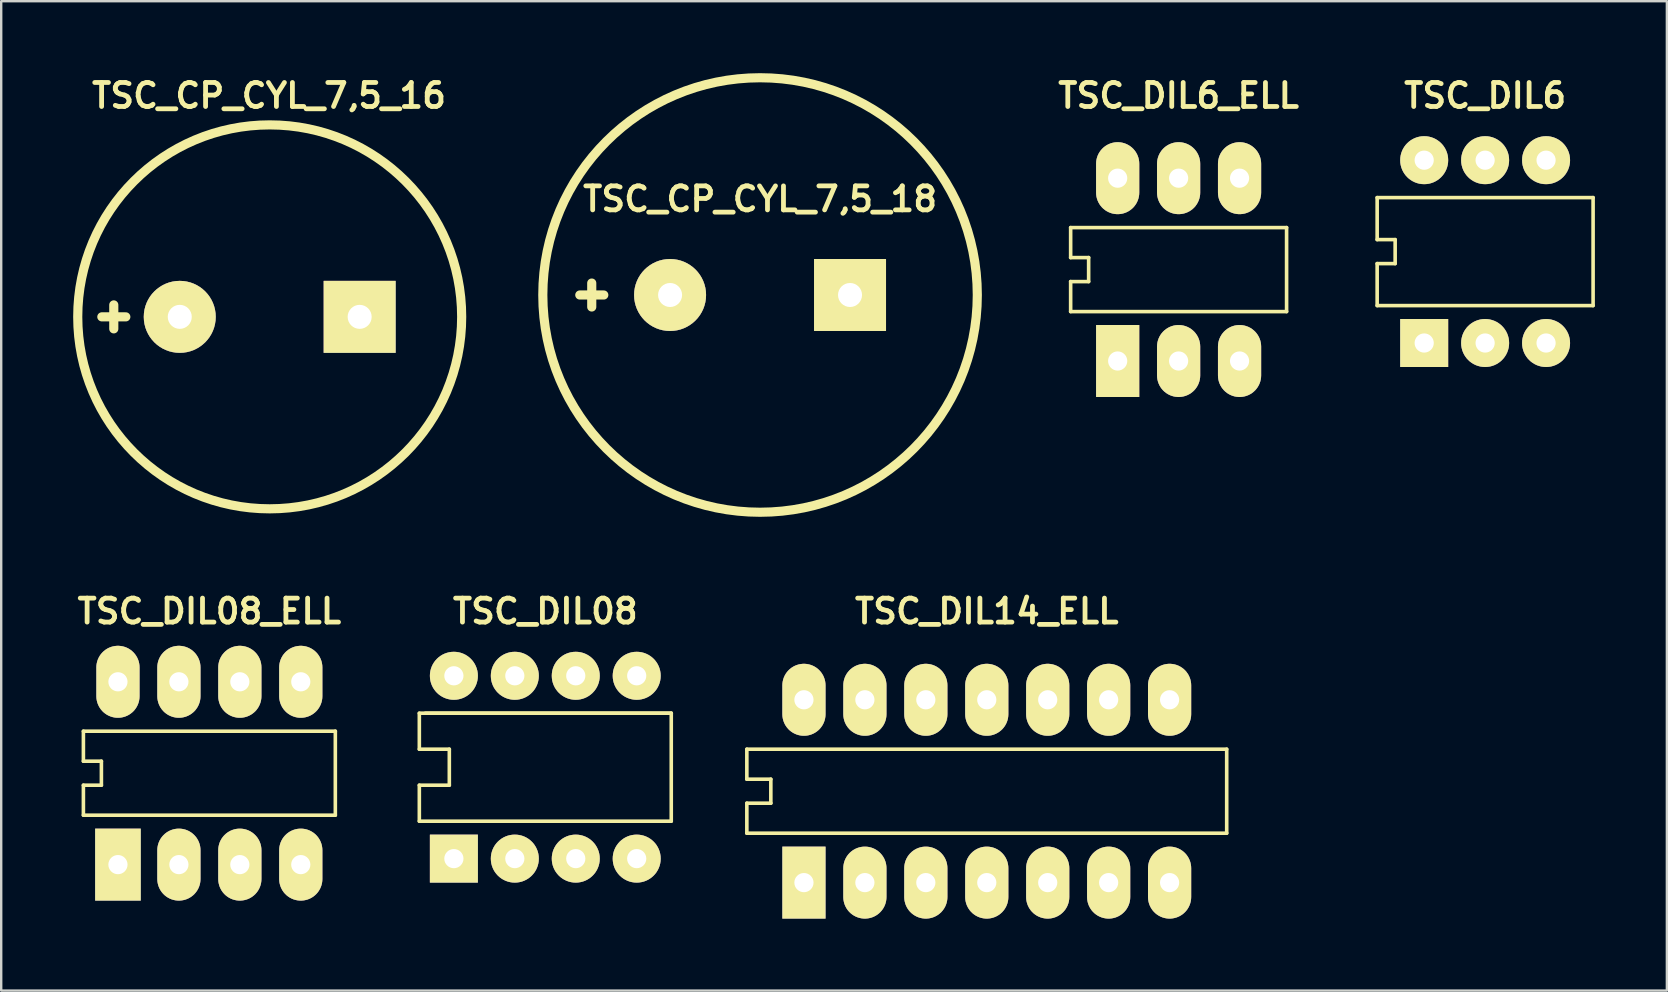
<source format=kicad_pcb>
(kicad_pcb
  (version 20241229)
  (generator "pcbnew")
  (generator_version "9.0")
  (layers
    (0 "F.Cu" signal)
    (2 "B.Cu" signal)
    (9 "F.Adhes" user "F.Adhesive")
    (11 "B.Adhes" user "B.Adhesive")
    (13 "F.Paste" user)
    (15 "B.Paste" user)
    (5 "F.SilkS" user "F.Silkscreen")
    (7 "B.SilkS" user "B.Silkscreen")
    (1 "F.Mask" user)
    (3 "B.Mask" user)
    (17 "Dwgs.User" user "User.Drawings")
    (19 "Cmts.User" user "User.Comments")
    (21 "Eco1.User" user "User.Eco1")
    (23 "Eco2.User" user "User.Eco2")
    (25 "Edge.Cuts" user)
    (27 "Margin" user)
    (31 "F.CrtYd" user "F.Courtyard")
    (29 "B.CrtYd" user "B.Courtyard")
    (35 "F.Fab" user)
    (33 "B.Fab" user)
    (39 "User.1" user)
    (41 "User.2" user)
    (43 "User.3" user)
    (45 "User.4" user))
  (footprint "TSC_DIL08"
    (layer "F.Cu")
    (at 19.677 28.926)
    (property "Reference" "TSC_DIL08" (at 0 -6.5 0) (layer "F.SilkS") (effects (font (size 1 1) (thickness 0.2))))
    (attr through_hole)
    (fp_line (start -5.25 -2.25) (end 5.25 -2.25) (stroke (width 0.15) (type solid)) (layer "F.SilkS"))
    (fp_line (start -5.25 -0.75) (end -5.25 -2.25) (stroke (width 0.15) (type solid)) (layer "F.SilkS"))
    (fp_line (start -5.25 -0.75) (end -4 -0.75) (stroke (width 0.15) (type solid)) (layer "F.SilkS"))
    (fp_line (start -5.25 2.25) (end -5.25 0.75) (stroke (width 0.15) (type solid)) (layer "F.SilkS"))
    (fp_line (start -5 -2.25) (end 5.25 -2.25) (stroke (width 0.15) (type solid)) (layer "F.SilkS"))
    (fp_line (start -4 -0.75) (end -4 0.75) (stroke (width 0.15) (type solid)) (layer "F.SilkS"))
    (fp_line (start -4 0.75) (end -5.25 0.75) (stroke (width 0.15) (type solid)) (layer "F.SilkS"))
    (fp_line (start 5.25 -2.25) (end 5.25 2.25) (stroke (width 0.15) (type solid)) (layer "F.SilkS"))
    (fp_line (start 5.25 2.25) (end -5.25 2.25) (stroke (width 0.15) (type solid)) (layer "F.SilkS"))
    (pad "1" thru_hole rect (at -3.81 3.81) (size 2 2) (drill 0.8) (layers "*.Cu" "*.Mask" "F.SilkS"))
    (pad "2" thru_hole circle (at -1.27 3.81) (size 2 2) (drill 0.8) (layers "*.Cu" "*.Mask" "F.SilkS"))
    (pad "3" thru_hole circle (at 1.27 3.81) (size 2 2) (drill 0.8) (layers "*.Cu" "*.Mask" "F.SilkS"))
    (pad "4" thru_hole circle (at 3.81 3.81) (size 2 2) (drill 0.8) (layers "*.Cu" "*.Mask" "F.SilkS"))
    (pad "5" thru_hole circle (at 3.81 -3.81) (size 2 2) (drill 0.8) (layers "*.Cu" "*.Mask" "F.SilkS"))
    (pad "6" thru_hole circle (at 1.27 -3.81) (size 2 2) (drill 0.8) (layers "*.Cu" "*.Mask" "F.SilkS"))
    (pad "7" thru_hole circle (at -1.27 -3.81) (size 2 2) (drill 0.8) (layers "*.Cu" "*.Mask" "F.SilkS"))
    (pad "8" thru_hole circle (at -3.81 -3.81) (size 2 2) (drill 0.8) (layers "*.Cu" "*.Mask" "F.SilkS")))
  (footprint "TSC_DIL6_ELL"
    (layer "F.Cu")
    (at 46.073 8.186)
    (property "Reference" "TSC_DIL6_ELL" (at 0 -7.25 0) (layer "F.SilkS") (effects (font (size 1 1) (thickness 0.2))))
    (attr through_hole)
    (fp_line (start -4.5 -0.5) (end -4.5 -1.75) (stroke (width 0.15) (type solid)) (layer "F.SilkS"))
    (fp_line (start -4.5 0.5) (end -3.75 0.5) (stroke (width 0.15) (type solid)) (layer "F.SilkS"))
    (fp_line (start -4.5 1.75) (end -4.5 0.5) (stroke (width 0.15) (type solid)) (layer "F.SilkS"))
    (fp_line (start -4.5 1.75) (end 4.5 1.75) (stroke (width 0.15) (type solid)) (layer "F.SilkS"))
    (fp_line (start -3.75 -0.5) (end -4.5 -0.5) (stroke (width 0.15) (type solid)) (layer "F.SilkS"))
    (fp_line (start -3.75 0.5) (end -3.75 -0.5) (stroke (width 0.15) (type solid)) (layer "F.SilkS"))
    (fp_line (start 4.5 -1.75) (end -4.5 -1.75) (stroke (width 0.15) (type solid)) (layer "F.SilkS"))
    (fp_line (start 4.5 1.75) (end 4.5 -1.75) (stroke (width 0.15) (type solid)) (layer "F.SilkS"))
    (pad "1" thru_hole rect (at -2.54 3.81) (size 1.8 3) (drill 0.8) (layers "*.Cu" "*.Mask" "F.SilkS"))
    (pad "2" thru_hole oval (at 0 3.81) (size 1.8 3) (drill 0.8) (layers "*.Cu" "*.Mask" "F.SilkS"))
    (pad "3" thru_hole oval (at 2.54 3.81) (size 1.8 3) (drill 0.8) (layers "*.Cu" "*.Mask" "F.SilkS"))
    (pad "4" thru_hole oval (at 2.54 -3.81) (size 1.8 3) (drill 0.8) (layers "*.Cu" "*.Mask" "F.SilkS"))
    (pad "5" thru_hole oval (at 0 -3.81) (size 1.8 3) (drill 0.8) (layers "*.Cu" "*.Mask" "F.SilkS"))
    (pad "6" thru_hole oval (at -2.54 -3.81) (size 1.8 3) (drill 0.8) (layers "*.Cu" "*.Mask" "F.SilkS")))
  (footprint "TSC_CP_CYL_7,5_16"
    (layer "F.Cu")
    (at 8.191 10.156)
    (property "Reference" "TSC_CP_CYL_7,5_16" (at -0.03 -9.22 0) (layer "F.SilkS") (effects (font (size 1 1) (thickness 0.2))))
    (attr through_hole)
    (fp_line (start -6.499 -0.498) (end -6.499 0.5) (stroke (width 0.381) (type solid)) (layer "F.SilkS"))
    (fp_line (start -5.997 0) (end -6.997 0) (stroke (width 0.381) (type solid)) (layer "F.SilkS"))
    (fp_circle (center 0 0) (end 8.001 0) (stroke (width 0.381) (type solid)) (fill no) (layer "F.SilkS"))
    (pad "1" thru_hole circle (at -3.749 0) (size 3 3) (drill 1.001) (layers "*.Cu" "*.Mask" "F.SilkS"))
    (pad "2" thru_hole rect (at 3.749 0) (size 3 3) (drill 1.001) (layers "*.Cu" "*.Mask" "F.SilkS")))
  (footprint "TSC_DIL14_ELL"
    (layer "F.Cu")
    (at 38.077 29.926)
    (property "Reference" "TSC_DIL14_ELL" (at 0 -7.5 0) (layer "F.SilkS") (effects (font (size 1 1) (thickness 0.2))))
    (attr through_hole)
    (fp_line (start -10 -1.75) (end 10 -1.75) (stroke (width 0.15) (type solid)) (layer "F.SilkS"))
    (fp_line (start -10 -0.5) (end -10 -1.75) (stroke (width 0.15) (type solid)) (layer "F.SilkS"))
    (fp_line (start -10 0.5) (end -9 0.5) (stroke (width 0.15) (type solid)) (layer "F.SilkS"))
    (fp_line (start -10 1.75) (end -10 0.5) (stroke (width 0.15) (type solid)) (layer "F.SilkS"))
    (fp_line (start -9 -0.5) (end -10 -0.5) (stroke (width 0.15) (type solid)) (layer "F.SilkS"))
    (fp_line (start -9 0.5) (end -9 -0.5) (stroke (width 0.15) (type solid)) (layer "F.SilkS"))
    (fp_line (start 10 -1.75) (end 10 1.75) (stroke (width 0.15) (type solid)) (layer "F.SilkS"))
    (fp_line (start 10 1.75) (end -10 1.75) (stroke (width 0.15) (type solid)) (layer "F.SilkS"))
    (pad "1" thru_hole rect (at -7.62 3.81) (size 1.8 3) (drill 0.8) (layers "*.Cu" "*.Mask" "F.SilkS"))
    (pad "2" thru_hole oval (at -5.08 3.81) (size 1.8 3) (drill 0.8) (layers "*.Cu" "*.Mask" "F.SilkS"))
    (pad "3" thru_hole oval (at -2.54 3.81) (size 1.8 3) (drill 0.8) (layers "*.Cu" "*.Mask" "F.SilkS"))
    (pad "4" thru_hole oval (at 0 3.81) (size 1.8 3) (drill 0.8) (layers "*.Cu" "*.Mask" "F.SilkS"))
    (pad "5" thru_hole oval (at 2.54 3.81) (size 1.8 3) (drill 0.8) (layers "*.Cu" "*.Mask" "F.SilkS"))
    (pad "6" thru_hole oval (at 5.08 3.81) (size 1.8 3) (drill 0.8) (layers "*.Cu" "*.Mask" "F.SilkS"))
    (pad "7" thru_hole oval (at 7.62 3.81) (size 1.8 3) (drill 0.8) (layers "*.Cu" "*.Mask" "F.SilkS"))
    (pad "8" thru_hole oval (at 7.62 -3.81) (size 1.8 3) (drill 0.8) (layers "*.Cu" "*.Mask" "F.SilkS"))
    (pad "9" thru_hole oval (at 5.08 -3.81) (size 1.8 3) (drill 0.8) (layers "*.Cu" "*.Mask" "F.SilkS"))
    (pad "10" thru_hole oval (at 2.54 -3.81) (size 1.8 3) (drill 0.8) (layers "*.Cu" "*.Mask" "F.SilkS"))
    (pad "11" thru_hole oval (at 0 -3.81) (size 1.8 3) (drill 0.8) (layers "*.Cu" "*.Mask" "F.SilkS"))
    (pad "12" thru_hole oval (at -2.54 -3.81) (size 1.8 3) (drill 0.8) (layers "*.Cu" "*.Mask" "F.SilkS"))
    (pad "13" thru_hole oval (at -5.08 -3.81) (size 1.8 3) (drill 0.8) (layers "*.Cu" "*.Mask" "F.SilkS"))
    (pad "14" thru_hole oval (at -7.62 -3.81) (size 1.8 3) (drill 0.8) (layers "*.Cu" "*.Mask" "F.SilkS")))
  (footprint "TSC_CP_CYL_7,5_18"
    (layer "F.Cu")
    (at 28.628 9.245)
    (property "Reference" "TSC_CP_CYL_7,5_18" (at 0 -4 0) (layer "F.SilkS") (effects (font (size 1 1) (thickness 0.2))))
    (attr through_hole)
    (fp_line (start -7.015 -0.498) (end -7.015 0.5) (stroke (width 0.381) (type solid)) (layer "F.SilkS"))
    (fp_line (start -6.513 0) (end -7.513 0) (stroke (width 0.381) (type solid)) (layer "F.SilkS"))
    (fp_circle (center 0 0) (end 8.999 1.001) (stroke (width 0.381) (type solid)) (fill no) (layer "F.SilkS"))
    (pad "1" thru_hole circle (at -3.75 0) (size 3 3) (drill 1.001) (layers "*.Cu" "*.Mask" "F.SilkS"))
    (pad "2" thru_hole rect (at 3.75 0) (size 3 3) (drill 1.001) (layers "*.Cu" "*.Mask" "F.SilkS")))
  (footprint "TSC_DIL6"
    (layer "F.Cu")
    (at 58.848 7.436)
    (property "Reference" "TSC_DIL6" (at 0 -6.5 0) (layer "F.SilkS") (effects (font (size 1 1) (thickness 0.2))))
    (attr through_hole)
    (fp_line (start -4.5 -2.25) (end 4.5 -2.25) (stroke (width 0.15) (type solid)) (layer "F.SilkS"))
    (fp_line (start -4.5 -0.5) (end -4.5 -2.25) (stroke (width 0.15) (type solid)) (layer "F.SilkS"))
    (fp_line (start -4.5 0.5) (end -3.75 0.5) (stroke (width 0.15) (type solid)) (layer "F.SilkS"))
    (fp_line (start -4.5 2.25) (end -4.5 0.5) (stroke (width 0.15) (type solid)) (layer "F.SilkS"))
    (fp_line (start -3.75 -0.5) (end -4.5 -0.5) (stroke (width 0.15) (type solid)) (layer "F.SilkS"))
    (fp_line (start -3.75 0.5) (end -3.75 -0.5) (stroke (width 0.15) (type solid)) (layer "F.SilkS"))
    (fp_line (start 4.5 -2.25) (end 4.5 2.25) (stroke (width 0.15) (type solid)) (layer "F.SilkS"))
    (fp_line (start 4.5 2.25) (end -4.5 2.25) (stroke (width 0.15) (type solid)) (layer "F.SilkS"))
    (pad "1" thru_hole rect (at -2.54 3.81) (size 2 2) (drill 0.8) (layers "*.Cu" "*.Mask" "F.SilkS"))
    (pad "2" thru_hole circle (at 0 3.81) (size 2 2) (drill 0.8) (layers "*.Cu" "*.Mask" "F.SilkS"))
    (pad "3" thru_hole circle (at 2.54 3.81) (size 2 2) (drill 0.8) (layers "*.Cu" "*.Mask" "F.SilkS"))
    (pad "4" thru_hole circle (at 2.54 -3.81) (size 2 2) (drill 0.8) (layers "*.Cu" "*.Mask" "F.SilkS"))
    (pad "5" thru_hole circle (at 0 -3.81) (size 2 2) (drill 0.8) (layers "*.Cu" "*.Mask" "F.SilkS"))
    (pad "6" thru_hole circle (at -2.54 -3.81) (size 2 2) (drill 0.8) (layers "*.Cu" "*.Mask" "F.SilkS")))
  (footprint "TSC_DIL08_ELL"
    (layer "F.Cu")
    (at 5.676 29.176)
    (property "Reference" "TSC_DIL08_ELL" (at 0 -6.75 0) (layer "F.SilkS") (effects (font (size 1 1) (thickness 0.2))))
    (attr through_hole)
    (fp_line (start -5.25 -1.75) (end -5.25 -0.5) (stroke (width 0.15) (type solid)) (layer "F.SilkS"))
    (fp_line (start -5.25 -1.75) (end 5.25 -1.75) (stroke (width 0.15) (type solid)) (layer "F.SilkS"))
    (fp_line (start -5.25 0.5) (end -4.5 0.5) (stroke (width 0.15) (type solid)) (layer "F.SilkS"))
    (fp_line (start -5.25 1.75) (end -5.25 0.5) (stroke (width 0.15) (type solid)) (layer "F.SilkS"))
    (fp_line (start -4.5 -0.5) (end -5.25 -0.5) (stroke (width 0.15) (type solid)) (layer "F.SilkS"))
    (fp_line (start -4.5 0.5) (end -4.5 -0.5) (stroke (width 0.15) (type solid)) (layer "F.SilkS"))
    (fp_line (start 5.25 -1.75) (end 5.25 1.75) (stroke (width 0.15) (type solid)) (layer "F.SilkS"))
    (fp_line (start 5.25 1.75) (end -5.25 1.75) (stroke (width 0.15) (type solid)) (layer "F.SilkS"))
    (pad "1" thru_hole rect (at -3.81 3.81) (size 1.9 3) (drill 0.8) (layers "*.Cu" "*.Mask" "F.SilkS"))
    (pad "2" thru_hole oval (at -1.27 3.81) (size 1.801 3) (drill 0.8) (layers "*.Cu" "*.Mask" "F.SilkS"))
    (pad "3" thru_hole oval (at 1.27 3.81) (size 1.801 3) (drill 0.8) (layers "*.Cu" "*.Mask" "F.SilkS"))
    (pad "4" thru_hole oval (at 3.81 3.81) (size 1.801 3) (drill 0.8) (layers "*.Cu" "*.Mask" "F.SilkS"))
    (pad "5" thru_hole oval (at 3.81 -3.81) (size 1.801 3) (drill 0.8) (layers "*.Cu" "*.Mask" "F.SilkS"))
    (pad "6" thru_hole oval (at 1.27 -3.81) (size 1.801 3) (drill 0.8) (layers "*.Cu" "*.Mask" "F.SilkS"))
    (pad "7" thru_hole oval (at -1.27 -3.81) (size 1.801 3) (drill 0.8) (layers "*.Cu" "*.Mask" "F.SilkS"))
    (pad "8" thru_hole oval (at -3.81 -3.81) (size 1.801 3) (drill 0.8) (layers "*.Cu" "*.Mask" "F.SilkS")))
  (gr_rect
    (start -3 -3)
    (end 66.423 38.236)
    (stroke (width 0.1) (type default))
    (fill no)
    (layer "Edge.Cuts")))
</source>
